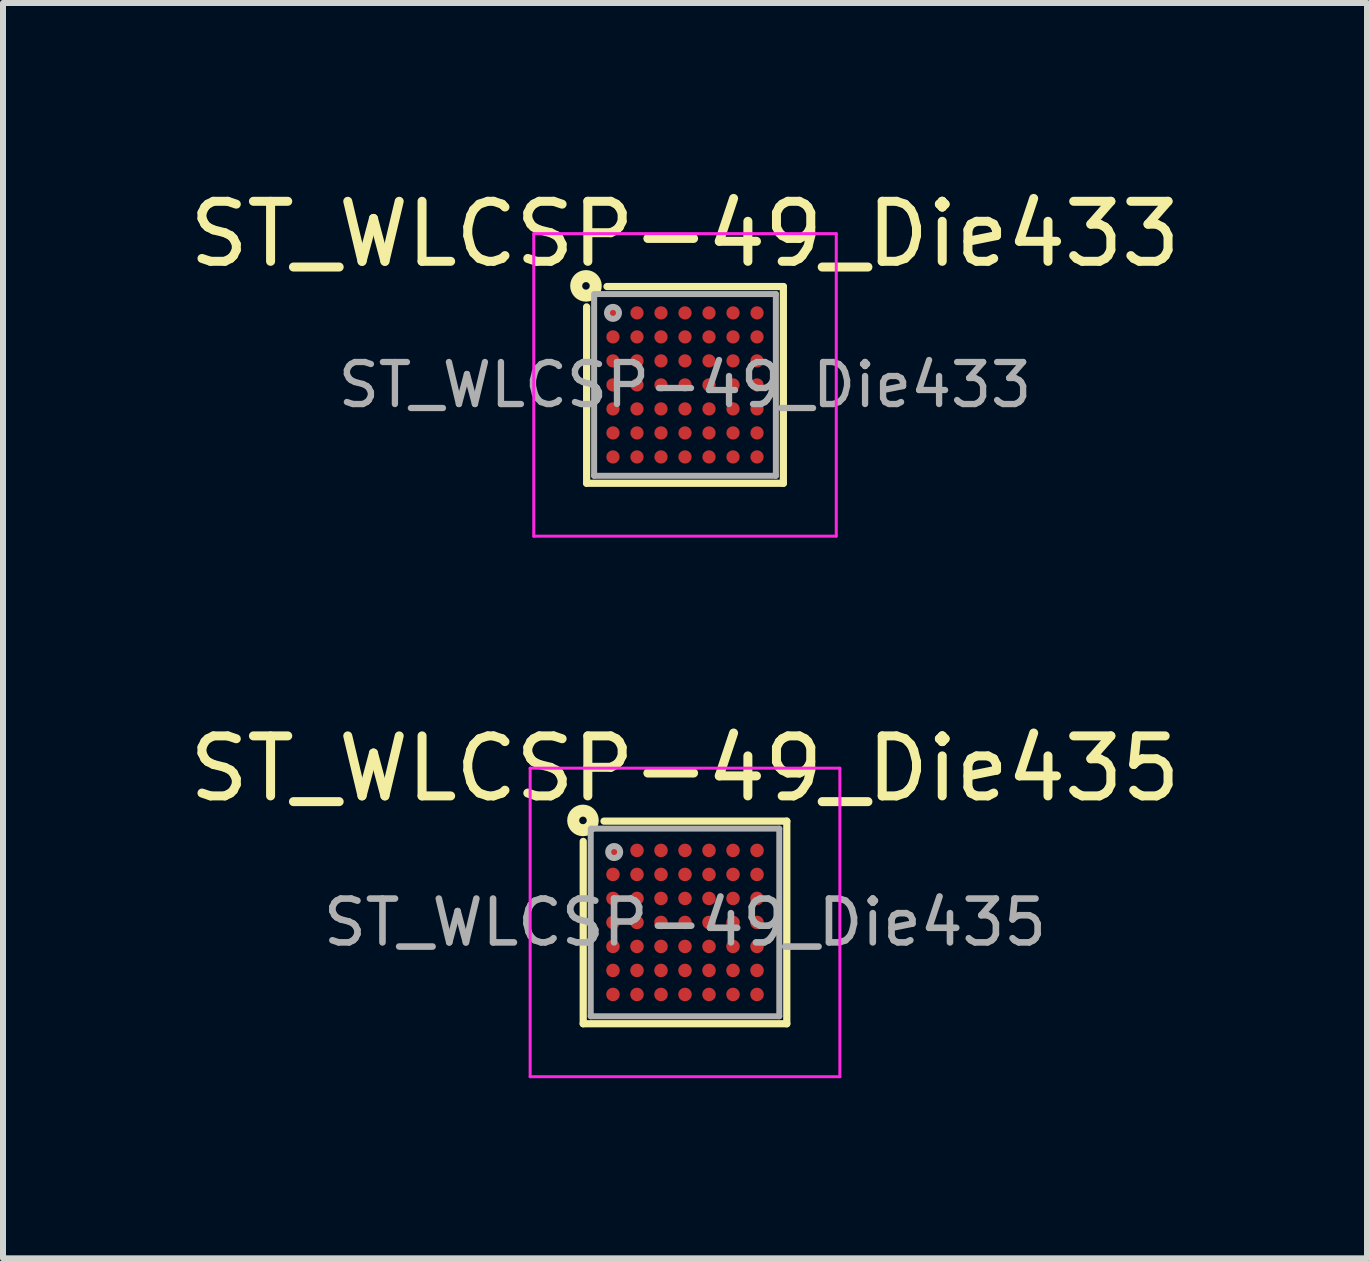
<source format=kicad_pcb>
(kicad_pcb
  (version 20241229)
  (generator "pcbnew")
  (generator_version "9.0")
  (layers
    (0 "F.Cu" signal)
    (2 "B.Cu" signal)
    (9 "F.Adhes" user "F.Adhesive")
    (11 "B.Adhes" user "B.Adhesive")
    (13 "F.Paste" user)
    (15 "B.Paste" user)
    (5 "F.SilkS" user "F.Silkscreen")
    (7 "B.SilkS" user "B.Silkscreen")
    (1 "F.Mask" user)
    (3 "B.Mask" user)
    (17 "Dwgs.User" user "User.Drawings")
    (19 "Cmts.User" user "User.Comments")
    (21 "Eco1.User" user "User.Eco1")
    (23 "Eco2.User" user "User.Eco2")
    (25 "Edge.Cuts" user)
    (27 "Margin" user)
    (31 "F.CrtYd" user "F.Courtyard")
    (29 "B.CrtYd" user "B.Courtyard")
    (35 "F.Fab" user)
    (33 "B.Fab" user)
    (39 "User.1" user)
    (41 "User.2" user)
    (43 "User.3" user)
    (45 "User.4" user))
  (footprint "ST_WLCSP-49_Die435"
    (layer "F.Cu")
    (at 8.363 12.319)
    (property "Reference" "ST_WLCSP-49_Die435" (at 0 -2.563 0) (layer "F.SilkS") (effects (font (size 1 1) (thickness 0.15))))
    (attr smd)
    (fp_line (start -1.696 1.688) (end -1.696 -1.35) (stroke (width 0.12) (type solid)) (layer "F.SilkS"))
    (fp_line (start -1.35 -1.688) (end 1.696 -1.688) (stroke (width 0.12) (type solid)) (layer "F.SilkS"))
    (fp_line (start 1.696 -1.688) (end 1.696 1.688) (stroke (width 0.12) (type solid)) (layer "F.SilkS"))
    (fp_line (start 1.696 1.688) (end -1.696 1.688) (stroke (width 0.12) (type solid)) (layer "F.SilkS"))
    (fp_circle (center -1.7 -1.7) (end -1.637 -1.7) (stroke (width 0.2) (type solid)) (fill no) (layer "F.SilkS"))
    (fp_line (start -2.58 -2.57) (end -2.58 2.57) (stroke (width 0.05) (type solid)) (layer "F.CrtYd"))
    (fp_line (start -2.58 2.57) (end 2.58 2.57) (stroke (width 0.05) (type solid)) (layer "F.CrtYd"))
    (fp_line (start 2.58 -2.57) (end -2.58 -2.57) (stroke (width 0.05) (type solid)) (layer "F.CrtYd"))
    (fp_line (start 2.58 2.57) (end 2.58 -2.57) (stroke (width 0.05) (type solid)) (layer "F.CrtYd"))
    (fp_line (start -1.571 1.563) (end -1.571 -1.56) (stroke (width 0.1) (type solid)) (layer "F.Fab"))
    (fp_line (start -1.56 -1.563) (end 1.571 -1.563) (stroke (width 0.1) (type solid)) (layer "F.Fab"))
    (fp_line (start 1.571 -1.563) (end 1.571 1.563) (stroke (width 0.1) (type solid)) (layer "F.Fab"))
    (fp_line (start 1.571 1.563) (end -1.571 1.563) (stroke (width 0.1) (type solid)) (layer "F.Fab"))
    (fp_circle (center -1.18 -1.173) (end -1.08 -1.173) (stroke (width 0.1) (type solid)) (fill no) (layer "F.Fab"))
    (fp_text user "${REFERENCE}" (at 0 0 0) (layer "F.Fab") (effects (font (size 0.73 0.73) (thickness 0.11))))
    (pad "A1" smd circle (at -1.2 -1.2) (size 0.225 0.225) (layers "F.Cu" "F.Mask" "F.Paste"))
    (pad "A2" smd circle (at -0.8 -1.2) (size 0.225 0.225) (layers "F.Cu" "F.Mask" "F.Paste"))
    (pad "A3" smd circle (at -0.4 -1.2) (size 0.225 0.225) (layers "F.Cu" "F.Mask" "F.Paste"))
    (pad "A4" smd circle (at 0 -1.2) (size 0.225 0.225) (layers "F.Cu" "F.Mask" "F.Paste"))
    (pad "A5" smd circle (at 0.4 -1.2) (size 0.225 0.225) (layers "F.Cu" "F.Mask" "F.Paste"))
    (pad "A6" smd circle (at 0.8 -1.2) (size 0.225 0.225) (layers "F.Cu" "F.Mask" "F.Paste"))
    (pad "A7" smd circle (at 1.2 -1.2) (size 0.225 0.225) (layers "F.Cu" "F.Mask" "F.Paste"))
    (pad "B1" smd circle (at -1.2 -0.8) (size 0.225 0.225) (layers "F.Cu" "F.Mask" "F.Paste"))
    (pad "B2" smd circle (at -0.8 -0.8) (size 0.225 0.225) (layers "F.Cu" "F.Mask" "F.Paste"))
    (pad "B3" smd circle (at -0.4 -0.8) (size 0.225 0.225) (layers "F.Cu" "F.Mask" "F.Paste"))
    (pad "B4" smd circle (at 0 -0.8) (size 0.225 0.225) (layers "F.Cu" "F.Mask" "F.Paste"))
    (pad "B5" smd circle (at 0.4 -0.8) (size 0.225 0.225) (layers "F.Cu" "F.Mask" "F.Paste"))
    (pad "B6" smd circle (at 0.8 -0.8) (size 0.225 0.225) (layers "F.Cu" "F.Mask" "F.Paste"))
    (pad "B7" smd circle (at 1.2 -0.8) (size 0.225 0.225) (layers "F.Cu" "F.Mask" "F.Paste"))
    (pad "C1" smd circle (at -1.2 -0.4) (size 0.225 0.225) (layers "F.Cu" "F.Mask" "F.Paste"))
    (pad "C2" smd circle (at -0.8 -0.4) (size 0.225 0.225) (layers "F.Cu" "F.Mask" "F.Paste"))
    (pad "C3" smd circle (at -0.4 -0.4) (size 0.225 0.225) (layers "F.Cu" "F.Mask" "F.Paste"))
    (pad "C4" smd circle (at 0 -0.4) (size 0.225 0.225) (layers "F.Cu" "F.Mask" "F.Paste"))
    (pad "C5" smd circle (at 0.4 -0.4) (size 0.225 0.225) (layers "F.Cu" "F.Mask" "F.Paste"))
    (pad "C6" smd circle (at 0.8 -0.4) (size 0.225 0.225) (layers "F.Cu" "F.Mask" "F.Paste"))
    (pad "C7" smd circle (at 1.2 -0.4) (size 0.225 0.225) (layers "F.Cu" "F.Mask" "F.Paste"))
    (pad "D1" smd circle (at -1.2 0) (size 0.225 0.225) (layers "F.Cu" "F.Mask" "F.Paste"))
    (pad "D2" smd circle (at -0.8 0) (size 0.225 0.225) (layers "F.Cu" "F.Mask" "F.Paste"))
    (pad "D3" smd circle (at -0.4 0) (size 0.225 0.225) (layers "F.Cu" "F.Mask" "F.Paste"))
    (pad "D4" smd circle (at 0 0) (size 0.225 0.225) (layers "F.Cu" "F.Mask" "F.Paste"))
    (pad "D5" smd circle (at 0.4 0) (size 0.225 0.225) (layers "F.Cu" "F.Mask" "F.Paste"))
    (pad "D6" smd circle (at 0.8 0) (size 0.225 0.225) (layers "F.Cu" "F.Mask" "F.Paste"))
    (pad "D7" smd circle (at 1.2 0) (size 0.225 0.225) (layers "F.Cu" "F.Mask" "F.Paste"))
    (pad "E1" smd circle (at -1.2 0.4) (size 0.225 0.225) (layers "F.Cu" "F.Mask" "F.Paste"))
    (pad "E2" smd circle (at -0.8 0.4) (size 0.225 0.225) (layers "F.Cu" "F.Mask" "F.Paste"))
    (pad "E3" smd circle (at -0.4 0.4) (size 0.225 0.225) (layers "F.Cu" "F.Mask" "F.Paste"))
    (pad "E4" smd circle (at 0 0.4) (size 0.225 0.225) (layers "F.Cu" "F.Mask" "F.Paste"))
    (pad "E5" smd circle (at 0.4 0.4) (size 0.225 0.225) (layers "F.Cu" "F.Mask" "F.Paste"))
    (pad "E6" smd circle (at 0.8 0.4) (size 0.225 0.225) (layers "F.Cu" "F.Mask" "F.Paste"))
    (pad "E7" smd circle (at 1.2 0.4) (size 0.225 0.225) (layers "F.Cu" "F.Mask" "F.Paste"))
    (pad "F1" smd circle (at -1.2 0.8) (size 0.225 0.225) (layers "F.Cu" "F.Mask" "F.Paste"))
    (pad "F2" smd circle (at -0.8 0.8) (size 0.225 0.225) (layers "F.Cu" "F.Mask" "F.Paste"))
    (pad "F3" smd circle (at -0.4 0.8) (size 0.225 0.225) (layers "F.Cu" "F.Mask" "F.Paste"))
    (pad "F4" smd circle (at 0 0.8) (size 0.225 0.225) (layers "F.Cu" "F.Mask" "F.Paste"))
    (pad "F5" smd circle (at 0.4 0.8) (size 0.225 0.225) (layers "F.Cu" "F.Mask" "F.Paste"))
    (pad "F6" smd circle (at 0.8 0.8) (size 0.225 0.225) (layers "F.Cu" "F.Mask" "F.Paste"))
    (pad "F7" smd circle (at 1.2 0.8) (size 0.225 0.225) (layers "F.Cu" "F.Mask" "F.Paste"))
    (pad "G1" smd circle (at -1.2 1.2) (size 0.225 0.225) (layers "F.Cu" "F.Mask" "F.Paste"))
    (pad "G2" smd circle (at -0.8 1.2) (size 0.225 0.225) (layers "F.Cu" "F.Mask" "F.Paste"))
    (pad "G3" smd circle (at -0.4 1.2) (size 0.225 0.225) (layers "F.Cu" "F.Mask" "F.Paste"))
    (pad "G4" smd circle (at 0 1.2) (size 0.225 0.225) (layers "F.Cu" "F.Mask" "F.Paste"))
    (pad "G5" smd circle (at 0.4 1.2) (size 0.225 0.225) (layers "F.Cu" "F.Mask" "F.Paste"))
    (pad "G6" smd circle (at 0.8 1.2) (size 0.225 0.225) (layers "F.Cu" "F.Mask" "F.Paste"))
    (pad "G7" smd circle (at 1.2 1.2) (size 0.225 0.225) (layers "F.Cu" "F.Mask" "F.Paste")))
  (footprint "ST_WLCSP-49_Die433"
    (layer "F.Cu")
    (at 8.363 3.363)
    (property "Reference" "ST_WLCSP-49_Die433" (at 0 -2.514 0) (layer "F.SilkS") (effects (font (size 1 1) (thickness 0.15))))
    (attr smd)
    (fp_line (start -1.639 1.639) (end -1.639 -1.3) (stroke (width 0.12) (type solid)) (layer "F.SilkS"))
    (fp_line (start -1.3 -1.639) (end 1.639 -1.639) (stroke (width 0.12) (type solid)) (layer "F.SilkS"))
    (fp_line (start 1.639 -1.639) (end 1.639 1.639) (stroke (width 0.12) (type solid)) (layer "F.SilkS"))
    (fp_line (start 1.639 1.639) (end -1.639 1.639) (stroke (width 0.12) (type solid)) (layer "F.SilkS"))
    (fp_circle (center -1.65 -1.65) (end -1.587 -1.65) (stroke (width 0.2) (type solid)) (fill no) (layer "F.SilkS"))
    (fp_line (start -2.52 -2.52) (end -2.52 2.52) (stroke (width 0.05) (type solid)) (layer "F.CrtYd"))
    (fp_line (start -2.52 2.52) (end 2.52 2.52) (stroke (width 0.05) (type solid)) (layer "F.CrtYd"))
    (fp_line (start 2.52 -2.52) (end -2.52 -2.52) (stroke (width 0.05) (type solid)) (layer "F.CrtYd"))
    (fp_line (start 2.52 2.52) (end 2.52 -2.52) (stroke (width 0.05) (type solid)) (layer "F.CrtYd"))
    (fp_line (start -1.514 1.514) (end -1.514 -1.51) (stroke (width 0.1) (type solid)) (layer "F.Fab"))
    (fp_line (start -1.51 -1.514) (end 1.514 -1.514) (stroke (width 0.1) (type solid)) (layer "F.Fab"))
    (fp_line (start 1.514 -1.514) (end 1.514 1.514) (stroke (width 0.1) (type solid)) (layer "F.Fab"))
    (fp_line (start 1.514 1.514) (end -1.514 1.514) (stroke (width 0.1) (type solid)) (layer "F.Fab"))
    (fp_circle (center -1.2 -1.2) (end -1.1 -1.2) (stroke (width 0.1) (type solid)) (fill no) (layer "F.Fab"))
    (fp_text user "${REFERENCE}" (at 0 0 0) (layer "F.Fab") (effects (font (size 0.7 0.7) (thickness 0.105))))
    (pad "A1" smd circle (at -1.2 -1.2) (size 0.22 0.22) (layers "F.Cu" "F.Mask" "F.Paste"))
    (pad "A2" smd circle (at -0.8 -1.2) (size 0.22 0.22) (layers "F.Cu" "F.Mask" "F.Paste"))
    (pad "A3" smd circle (at -0.4 -1.2) (size 0.22 0.22) (layers "F.Cu" "F.Mask" "F.Paste"))
    (pad "A4" smd circle (at 0 -1.2) (size 0.22 0.22) (layers "F.Cu" "F.Mask" "F.Paste"))
    (pad "A5" smd circle (at 0.4 -1.2) (size 0.22 0.22) (layers "F.Cu" "F.Mask" "F.Paste"))
    (pad "A6" smd circle (at 0.8 -1.2) (size 0.22 0.22) (layers "F.Cu" "F.Mask" "F.Paste"))
    (pad "A7" smd circle (at 1.2 -1.2) (size 0.22 0.22) (layers "F.Cu" "F.Mask" "F.Paste"))
    (pad "B1" smd circle (at -1.2 -0.8) (size 0.22 0.22) (layers "F.Cu" "F.Mask" "F.Paste"))
    (pad "B2" smd circle (at -0.8 -0.8) (size 0.22 0.22) (layers "F.Cu" "F.Mask" "F.Paste"))
    (pad "B3" smd circle (at -0.4 -0.8) (size 0.22 0.22) (layers "F.Cu" "F.Mask" "F.Paste"))
    (pad "B4" smd circle (at 0 -0.8) (size 0.22 0.22) (layers "F.Cu" "F.Mask" "F.Paste"))
    (pad "B5" smd circle (at 0.4 -0.8) (size 0.22 0.22) (layers "F.Cu" "F.Mask" "F.Paste"))
    (pad "B6" smd circle (at 0.8 -0.8) (size 0.22 0.22) (layers "F.Cu" "F.Mask" "F.Paste"))
    (pad "B7" smd circle (at 1.2 -0.8) (size 0.22 0.22) (layers "F.Cu" "F.Mask" "F.Paste"))
    (pad "C1" smd circle (at -1.2 -0.4) (size 0.22 0.22) (layers "F.Cu" "F.Mask" "F.Paste"))
    (pad "C2" smd circle (at -0.8 -0.4) (size 0.22 0.22) (layers "F.Cu" "F.Mask" "F.Paste"))
    (pad "C3" smd circle (at -0.4 -0.4) (size 0.22 0.22) (layers "F.Cu" "F.Mask" "F.Paste"))
    (pad "C4" smd circle (at 0 -0.4) (size 0.22 0.22) (layers "F.Cu" "F.Mask" "F.Paste"))
    (pad "C5" smd circle (at 0.4 -0.4) (size 0.22 0.22) (layers "F.Cu" "F.Mask" "F.Paste"))
    (pad "C6" smd circle (at 0.8 -0.4) (size 0.22 0.22) (layers "F.Cu" "F.Mask" "F.Paste"))
    (pad "C7" smd circle (at 1.2 -0.4) (size 0.22 0.22) (layers "F.Cu" "F.Mask" "F.Paste"))
    (pad "D1" smd circle (at -1.2 0) (size 0.22 0.22) (layers "F.Cu" "F.Mask" "F.Paste"))
    (pad "D2" smd circle (at -0.8 0) (size 0.22 0.22) (layers "F.Cu" "F.Mask" "F.Paste"))
    (pad "D3" smd circle (at -0.4 0) (size 0.22 0.22) (layers "F.Cu" "F.Mask" "F.Paste"))
    (pad "D4" smd circle (at 0 0) (size 0.22 0.22) (layers "F.Cu" "F.Mask" "F.Paste"))
    (pad "D5" smd circle (at 0.4 0) (size 0.22 0.22) (layers "F.Cu" "F.Mask" "F.Paste"))
    (pad "D6" smd circle (at 0.8 0) (size 0.22 0.22) (layers "F.Cu" "F.Mask" "F.Paste"))
    (pad "D7" smd circle (at 1.2 0) (size 0.22 0.22) (layers "F.Cu" "F.Mask" "F.Paste"))
    (pad "E1" smd circle (at -1.2 0.4) (size 0.22 0.22) (layers "F.Cu" "F.Mask" "F.Paste"))
    (pad "E2" smd circle (at -0.8 0.4) (size 0.22 0.22) (layers "F.Cu" "F.Mask" "F.Paste"))
    (pad "E3" smd circle (at -0.4 0.4) (size 0.22 0.22) (layers "F.Cu" "F.Mask" "F.Paste"))
    (pad "E4" smd circle (at 0 0.4) (size 0.22 0.22) (layers "F.Cu" "F.Mask" "F.Paste"))
    (pad "E5" smd circle (at 0.4 0.4) (size 0.22 0.22) (layers "F.Cu" "F.Mask" "F.Paste"))
    (pad "E6" smd circle (at 0.8 0.4) (size 0.22 0.22) (layers "F.Cu" "F.Mask" "F.Paste"))
    (pad "E7" smd circle (at 1.2 0.4) (size 0.22 0.22) (layers "F.Cu" "F.Mask" "F.Paste"))
    (pad "F1" smd circle (at -1.2 0.8) (size 0.22 0.22) (layers "F.Cu" "F.Mask" "F.Paste"))
    (pad "F2" smd circle (at -0.8 0.8) (size 0.22 0.22) (layers "F.Cu" "F.Mask" "F.Paste"))
    (pad "F3" smd circle (at -0.4 0.8) (size 0.22 0.22) (layers "F.Cu" "F.Mask" "F.Paste"))
    (pad "F4" smd circle (at 0 0.8) (size 0.22 0.22) (layers "F.Cu" "F.Mask" "F.Paste"))
    (pad "F5" smd circle (at 0.4 0.8) (size 0.22 0.22) (layers "F.Cu" "F.Mask" "F.Paste"))
    (pad "F6" smd circle (at 0.8 0.8) (size 0.22 0.22) (layers "F.Cu" "F.Mask" "F.Paste"))
    (pad "F7" smd circle (at 1.2 0.8) (size 0.22 0.22) (layers "F.Cu" "F.Mask" "F.Paste"))
    (pad "G1" smd circle (at -1.2 1.2) (size 0.22 0.22) (layers "F.Cu" "F.Mask" "F.Paste"))
    (pad "G2" smd circle (at -0.8 1.2) (size 0.22 0.22) (layers "F.Cu" "F.Mask" "F.Paste"))
    (pad "G3" smd circle (at -0.4 1.2) (size 0.22 0.22) (layers "F.Cu" "F.Mask" "F.Paste"))
    (pad "G4" smd circle (at 0 1.2) (size 0.22 0.22) (layers "F.Cu" "F.Mask" "F.Paste"))
    (pad "G5" smd circle (at 0.4 1.2) (size 0.22 0.22) (layers "F.Cu" "F.Mask" "F.Paste"))
    (pad "G6" smd circle (at 0.8 1.2) (size 0.22 0.22) (layers "F.Cu" "F.Mask" "F.Paste"))
    (pad "G7" smd circle (at 1.2 1.2) (size 0.22 0.22) (layers "F.Cu" "F.Mask" "F.Paste")))
  (gr_rect
    (start -3 -3)
    (end 19.726 17.915)
    (stroke (width 0.1) (type default))
    (fill no)
    (layer "Edge.Cuts")))
</source>
